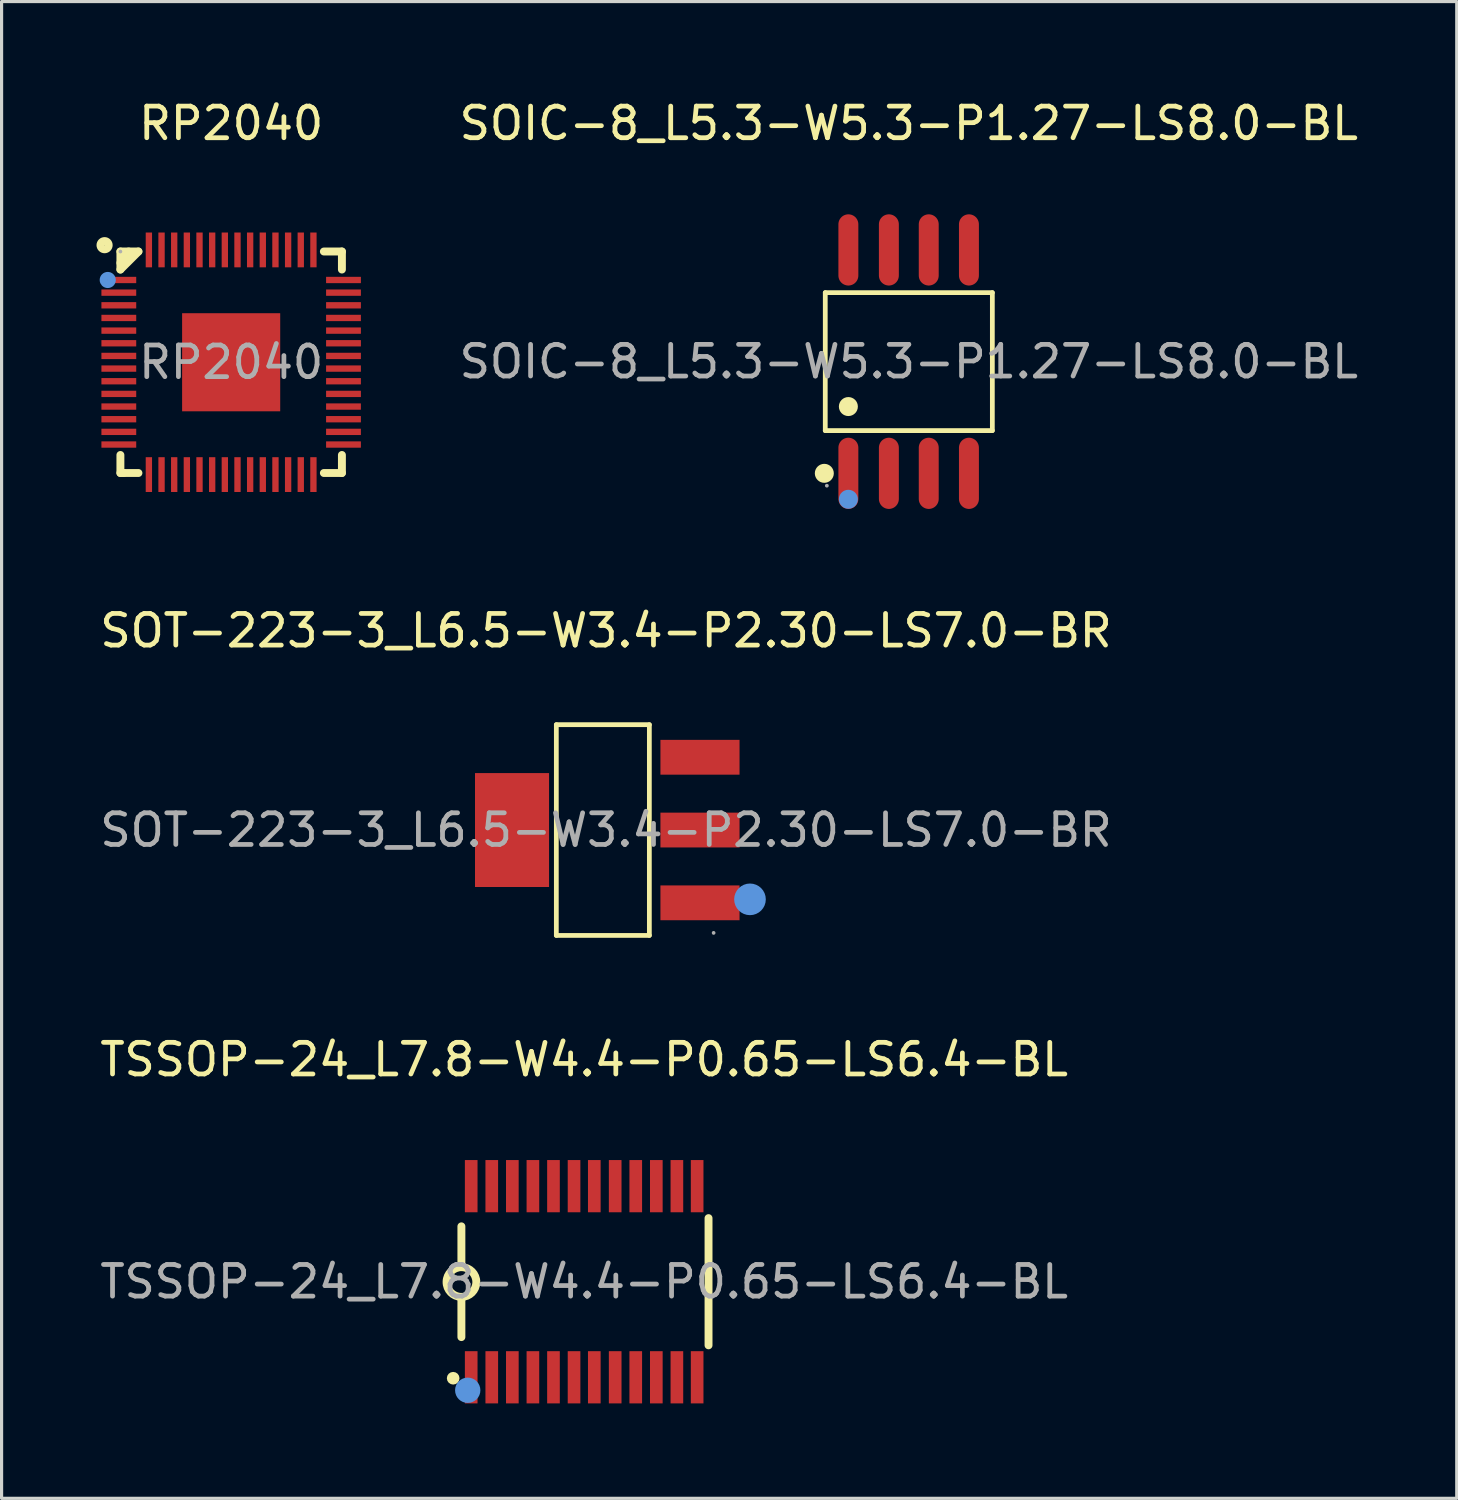
<source format=kicad_pcb>
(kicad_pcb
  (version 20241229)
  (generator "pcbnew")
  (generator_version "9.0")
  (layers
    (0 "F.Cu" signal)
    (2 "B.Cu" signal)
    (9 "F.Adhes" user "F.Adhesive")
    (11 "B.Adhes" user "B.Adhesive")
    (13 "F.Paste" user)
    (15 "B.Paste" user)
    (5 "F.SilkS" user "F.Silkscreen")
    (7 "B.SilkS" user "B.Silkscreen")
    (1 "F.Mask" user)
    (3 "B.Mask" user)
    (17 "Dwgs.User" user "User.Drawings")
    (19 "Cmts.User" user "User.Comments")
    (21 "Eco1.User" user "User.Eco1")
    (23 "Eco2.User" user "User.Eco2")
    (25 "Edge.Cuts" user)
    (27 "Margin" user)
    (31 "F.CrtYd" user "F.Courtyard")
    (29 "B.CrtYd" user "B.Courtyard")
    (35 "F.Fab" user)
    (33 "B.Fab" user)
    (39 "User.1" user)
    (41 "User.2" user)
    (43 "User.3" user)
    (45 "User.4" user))
  (footprint "TSSOP-24_L7.8-W4.4-P0.65-LS6.4-BL"
    (layer "F.Cu")
    (at 15.411 37.455)
    (property "Reference" "TSSOP-24_L7.8-W4.4-P0.65-LS6.4-BL" (at 0 -7.02 0) (layer "F.SilkS") (effects (font (size 1 1) (thickness 0.15))))
    (attr through_hole)
    (fp_line (start -3.88 -0.48) (end -3.88 -1.75) (stroke (width 0.25) (type solid)) (layer "F.SilkS"))
    (fp_line (start -3.88 1.75) (end -3.88 0.48) (stroke (width 0.25) (type solid)) (layer "F.SilkS"))
    (fp_line (start 3.93 -2.01) (end 3.93 2.01) (stroke (width 0.25) (type solid)) (layer "F.SilkS"))
    (fp_arc (start -3.888203 0.479928) (mid -3.875898 -0.459982) (end -3.88 0.48) (stroke (width 0.25) (type solid)) (layer "F.SilkS"))
    (fp_circle (center -4.14 3.05) (end -4.04 3.05) (stroke (width 0.2) (type solid)) (fill no) (layer "F.SilkS"))
    (fp_circle (center -3.68 3.43) (end -3.48 3.43) (stroke (width 0.4) (type solid)) (fill no) (layer "Cmts.User"))
    (fp_circle (center -3.9 3.19) (end -3.87 3.19) (stroke (width 0.06) (type solid)) (fill no) (layer "F.Fab"))
    (fp_text user "${REFERENCE}" (at 0 0 0) (layer "F.Fab") (effects (font (size 1 1) (thickness 0.15))))
    (pad "1" smd rect (at -3.57 3.02) (size 0.4 1.65) (layers "F.Cu" "F.Mask" "F.Paste"))
    (pad "2" smd rect (at -2.92 3.02) (size 0.4 1.65) (layers "F.Cu" "F.Mask" "F.Paste"))
    (pad "3" smd rect (at -2.27 3.02) (size 0.4 1.65) (layers "F.Cu" "F.Mask" "F.Paste"))
    (pad "4" smd rect (at -1.62 3.02) (size 0.4 1.65) (layers "F.Cu" "F.Mask" "F.Paste"))
    (pad "5" smd rect (at -0.97 3.02) (size 0.4 1.65) (layers "F.Cu" "F.Mask" "F.Paste"))
    (pad "6" smd rect (at -0.32 3.02) (size 0.4 1.65) (layers "F.Cu" "F.Mask" "F.Paste"))
    (pad "7" smd rect (at 0.32 3.02) (size 0.4 1.65) (layers "F.Cu" "F.Mask" "F.Paste"))
    (pad "8" smd rect (at 0.98 3.02) (size 0.4 1.65) (layers "F.Cu" "F.Mask" "F.Paste"))
    (pad "9" smd rect (at 1.63 3.02) (size 0.4 1.65) (layers "F.Cu" "F.Mask" "F.Paste"))
    (pad "10" smd rect (at 2.28 3.02) (size 0.4 1.65) (layers "F.Cu" "F.Mask" "F.Paste"))
    (pad "11" smd rect (at 2.93 3.02) (size 0.4 1.65) (layers "F.Cu" "F.Mask" "F.Paste"))
    (pad "12" smd rect (at 3.57 3.02) (size 0.4 1.65) (layers "F.Cu" "F.Mask" "F.Paste"))
    (pad "13" smd rect (at 3.57 -3.02) (size 0.4 1.65) (layers "F.Cu" "F.Mask" "F.Paste"))
    (pad "14" smd rect (at 2.93 -3.02) (size 0.4 1.65) (layers "F.Cu" "F.Mask" "F.Paste"))
    (pad "15" smd rect (at 2.28 -3.02) (size 0.4 1.65) (layers "F.Cu" "F.Mask" "F.Paste"))
    (pad "16" smd rect (at 1.63 -3.02) (size 0.4 1.65) (layers "F.Cu" "F.Mask" "F.Paste"))
    (pad "17" smd rect (at 0.98 -3.02) (size 0.4 1.65) (layers "F.Cu" "F.Mask" "F.Paste"))
    (pad "18" smd rect (at 0.32 -3.02) (size 0.4 1.65) (layers "F.Cu" "F.Mask" "F.Paste"))
    (pad "19" smd rect (at -0.32 -3.02) (size 0.4 1.65) (layers "F.Cu" "F.Mask" "F.Paste"))
    (pad "20" smd rect (at -0.97 -3.02) (size 0.4 1.65) (layers "F.Cu" "F.Mask" "F.Paste"))
    (pad "21" smd rect (at -1.62 -3.02) (size 0.4 1.65) (layers "F.Cu" "F.Mask" "F.Paste"))
    (pad "22" smd rect (at -2.27 -3.02) (size 0.4 1.65) (layers "F.Cu" "F.Mask" "F.Paste"))
    (pad "23" smd rect (at -2.92 -3.02) (size 0.4 1.65) (layers "F.Cu" "F.Mask" "F.Paste"))
    (pad "24" smd rect (at -3.57 -3.02) (size 0.4 1.65) (layers "F.Cu" "F.Mask" "F.Paste")))
  (footprint "SOT-223-3_L6.5-W3.4-P2.30-LS7.0-BR"
    (layer "F.Cu")
    (at 16.101 23.181)
    (property "Reference" "SOT-223-3_L6.5-W3.4-P2.30-LS7.0-BR" (at 0 -6.3 0) (layer "F.SilkS") (effects (font (size 1 1) (thickness 0.15))))
    (attr through_hole)
    (fp_line (start -1.57 -3.33) (end 1.37 -3.33) (stroke (width 0.15) (type solid)) (layer "F.SilkS"))
    (fp_line (start -1.57 3.33) (end -1.57 -3.33) (stroke (width 0.15) (type solid)) (layer "F.SilkS"))
    (fp_line (start 1.37 -3.33) (end 1.37 3.33) (stroke (width 0.15) (type solid)) (layer "F.SilkS"))
    (fp_line (start 1.37 3.33) (end -1.57 3.33) (stroke (width 0.15) (type solid)) (layer "F.SilkS"))
    (fp_circle (center 4.55 2.19) (end 4.8 2.19) (stroke (width 0.5) (type solid)) (fill no) (layer "Cmts.User"))
    (fp_circle (center 3.4 3.25) (end 3.43 3.25) (stroke (width 0.06) (type solid)) (fill no) (layer "F.Fab"))
    (fp_text user "${REFERENCE}" (at 0 0 0) (layer "F.Fab") (effects (font (size 1 1) (thickness 0.15))))
    (pad "1" smd rect (at 2.97 2.3) (size 2.5 1.1) (layers "F.Cu" "F.Mask" "F.Paste"))
    (pad "2" smd rect (at -2.97 0) (size 2.34 3.6) (layers "F.Cu" "F.Mask" "F.Paste"))
    (pad "2" smd rect (at 2.97 0) (size 2.5 1.1) (layers "F.Cu" "F.Mask" "F.Paste"))
    (pad "3" smd rect (at 2.97 -2.3) (size 2.5 1.1) (layers "F.Cu" "F.Mask" "F.Paste")))
  (footprint "RP2040"
    (layer "F.Cu")
    (at 4.255 8.398)
    (property "Reference" "RP2040" (at 0 -7.55 0) (layer "F.SilkS") (effects (font (size 1 1) (thickness 0.15))))
    (attr through_hole)
    (fp_line (start -3.5 -3.5) (end -2.93 -3.5) (stroke (width 0.25) (type solid)) (layer "F.SilkS"))
    (fp_line (start -3.5 -2.93) (end -3.5 -3.5) (stroke (width 0.25) (type solid)) (layer "F.SilkS"))
    (fp_line (start -3.5 -2.93) (end -2.93 -3.5) (stroke (width 0.25) (type solid)) (layer "F.SilkS"))
    (fp_line (start -3.5 3.5) (end -3.5 2.93) (stroke (width 0.25) (type solid)) (layer "F.SilkS"))
    (fp_line (start -3.4 3.5) (end -3.5 3.5) (stroke (width 0.25) (type solid)) (layer "F.SilkS"))
    (fp_line (start -3.24 -3.5) (end -3.24 -3.4) (stroke (width 0.25) (type solid)) (layer "F.SilkS"))
    (fp_line (start -3.24 -3.4) (end -3.5 -3.14) (stroke (width 0.25) (type solid)) (layer "F.SilkS"))
    (fp_line (start -2.93 3.5) (end -3.4 3.5) (stroke (width 0.25) (type solid)) (layer "F.SilkS"))
    (fp_line (start 2.93 -3.5) (end 3.5 -3.5) (stroke (width 0.25) (type solid)) (layer "F.SilkS"))
    (fp_line (start 3.5 -3.5) (end 3.5 -2.93) (stroke (width 0.25) (type solid)) (layer "F.SilkS"))
    (fp_line (start 3.5 2.93) (end 3.5 3.5) (stroke (width 0.25) (type solid)) (layer "F.SilkS"))
    (fp_line (start 3.5 3.5) (end 2.93 3.5) (stroke (width 0.25) (type solid)) (layer "F.SilkS"))
    (fp_circle (center -4 -3.7) (end -3.87 -3.7) (stroke (width 0.25) (type solid)) (fill no) (layer "F.SilkS"))
    (fp_circle (center -3.9 -2.6) (end -3.77 -2.6) (stroke (width 0.25) (type solid)) (fill no) (layer "Cmts.User"))
    (fp_circle (center -3.5 -3.5) (end -3.47 -3.5) (stroke (width 0.06) (type solid)) (fill no) (layer "F.Fab"))
    (fp_text user "${REFERENCE}" (at 0 0 0) (layer "F.Fab") (effects (font (size 1 1) (thickness 0.15))))
    (pad "1" smd rect (at -3.55 -2.6) (size 1.1 0.2) (layers "F.Cu" "F.Mask" "F.Paste"))
    (pad "2" smd rect (at -3.55 -2.2) (size 1.1 0.2) (layers "F.Cu" "F.Mask" "F.Paste"))
    (pad "3" smd rect (at -3.55 -1.8) (size 1.1 0.2) (layers "F.Cu" "F.Mask" "F.Paste"))
    (pad "4" smd rect (at -3.55 -1.4) (size 1.1 0.2) (layers "F.Cu" "F.Mask" "F.Paste"))
    (pad "5" smd rect (at -3.55 -1) (size 1.1 0.2) (layers "F.Cu" "F.Mask" "F.Paste"))
    (pad "6" smd rect (at -3.55 -0.6) (size 1.1 0.2) (layers "F.Cu" "F.Mask" "F.Paste"))
    (pad "7" smd rect (at -3.55 -0.2) (size 1.1 0.2) (layers "F.Cu" "F.Mask" "F.Paste"))
    (pad "8" smd rect (at -3.55 0.2) (size 1.1 0.2) (layers "F.Cu" "F.Mask" "F.Paste"))
    (pad "9" smd rect (at -3.55 0.6) (size 1.1 0.2) (layers "F.Cu" "F.Mask" "F.Paste"))
    (pad "10" smd rect (at -3.55 1) (size 1.1 0.2) (layers "F.Cu" "F.Mask" "F.Paste"))
    (pad "11" smd rect (at -3.55 1.4) (size 1.1 0.2) (layers "F.Cu" "F.Mask" "F.Paste"))
    (pad "12" smd rect (at -3.55 1.8) (size 1.1 0.2) (layers "F.Cu" "F.Mask" "F.Paste"))
    (pad "13" smd rect (at -3.55 2.2) (size 1.1 0.2) (layers "F.Cu" "F.Mask" "F.Paste"))
    (pad "14" smd rect (at -3.55 2.6) (size 1.1 0.2) (layers "F.Cu" "F.Mask" "F.Paste"))
    (pad "15" smd rect (at -2.6 3.55 90) (size 1.1 0.2) (layers "F.Cu" "F.Mask" "F.Paste"))
    (pad "16" smd rect (at -2.2 3.55 90) (size 1.1 0.2) (layers "F.Cu" "F.Mask" "F.Paste"))
    (pad "17" smd rect (at -1.8 3.55 90) (size 1.1 0.2) (layers "F.Cu" "F.Mask" "F.Paste"))
    (pad "18" smd rect (at -1.4 3.55 90) (size 1.1 0.2) (layers "F.Cu" "F.Mask" "F.Paste"))
    (pad "19" smd rect (at -1 3.55 90) (size 1.1 0.2) (layers "F.Cu" "F.Mask" "F.Paste"))
    (pad "20" smd rect (at -0.6 3.55 90) (size 1.1 0.2) (layers "F.Cu" "F.Mask" "F.Paste"))
    (pad "21" smd rect (at -0.2 3.55 90) (size 1.1 0.2) (layers "F.Cu" "F.Mask" "F.Paste"))
    (pad "22" smd rect (at 0.2 3.55 90) (size 1.1 0.2) (layers "F.Cu" "F.Mask" "F.Paste"))
    (pad "23" smd rect (at 0.6 3.55 90) (size 1.1 0.2) (layers "F.Cu" "F.Mask" "F.Paste"))
    (pad "24" smd rect (at 1 3.55 90) (size 1.1 0.2) (layers "F.Cu" "F.Mask" "F.Paste"))
    (pad "25" smd rect (at 1.4 3.55 90) (size 1.1 0.2) (layers "F.Cu" "F.Mask" "F.Paste"))
    (pad "26" smd rect (at 1.8 3.55 90) (size 1.1 0.2) (layers "F.Cu" "F.Mask" "F.Paste"))
    (pad "27" smd rect (at 2.2 3.55 90) (size 1.1 0.2) (layers "F.Cu" "F.Mask" "F.Paste"))
    (pad "28" smd rect (at 2.6 3.55 90) (size 1.1 0.2) (layers "F.Cu" "F.Mask" "F.Paste"))
    (pad "29" smd rect (at 3.55 2.6 180) (size 1.1 0.2) (layers "F.Cu" "F.Mask" "F.Paste"))
    (pad "30" smd rect (at 3.55 2.2 180) (size 1.1 0.2) (layers "F.Cu" "F.Mask" "F.Paste"))
    (pad "31" smd rect (at 3.55 1.8 180) (size 1.1 0.2) (layers "F.Cu" "F.Mask" "F.Paste"))
    (pad "32" smd rect (at 3.55 1.4 180) (size 1.1 0.2) (layers "F.Cu" "F.Mask" "F.Paste"))
    (pad "33" smd rect (at 3.55 1 180) (size 1.1 0.2) (layers "F.Cu" "F.Mask" "F.Paste"))
    (pad "34" smd rect (at 3.55 0.6 180) (size 1.1 0.2) (layers "F.Cu" "F.Mask" "F.Paste"))
    (pad "35" smd rect (at 3.55 0.2 180) (size 1.1 0.2) (layers "F.Cu" "F.Mask" "F.Paste"))
    (pad "36" smd rect (at 3.55 -0.2 180) (size 1.1 0.2) (layers "F.Cu" "F.Mask" "F.Paste"))
    (pad "37" smd rect (at 3.55 -0.6 180) (size 1.1 0.2) (layers "F.Cu" "F.Mask" "F.Paste"))
    (pad "38" smd rect (at 3.55 -1 180) (size 1.1 0.2) (layers "F.Cu" "F.Mask" "F.Paste"))
    (pad "39" smd rect (at 3.55 -1.4 180) (size 1.1 0.2) (layers "F.Cu" "F.Mask" "F.Paste"))
    (pad "40" smd rect (at 3.55 -1.8 180) (size 1.1 0.2) (layers "F.Cu" "F.Mask" "F.Paste"))
    (pad "41" smd rect (at 3.55 -2.2 180) (size 1.1 0.2) (layers "F.Cu" "F.Mask" "F.Paste"))
    (pad "42" smd rect (at 3.55 -2.6 180) (size 1.1 0.2) (layers "F.Cu" "F.Mask" "F.Paste"))
    (pad "43" smd rect (at 2.6 -3.55 270) (size 1.1 0.2) (layers "F.Cu" "F.Mask" "F.Paste"))
    (pad "44" smd rect (at 2.2 -3.55 270) (size 1.1 0.2) (layers "F.Cu" "F.Mask" "F.Paste"))
    (pad "45" smd rect (at 1.8 -3.55 270) (size 1.1 0.2) (layers "F.Cu" "F.Mask" "F.Paste"))
    (pad "46" smd rect (at 1.4 -3.55 270) (size 1.1 0.2) (layers "F.Cu" "F.Mask" "F.Paste"))
    (pad "47" smd rect (at 1 -3.55 270) (size 1.1 0.2) (layers "F.Cu" "F.Mask" "F.Paste"))
    (pad "48" smd rect (at 0.6 -3.55 270) (size 1.1 0.2) (layers "F.Cu" "F.Mask" "F.Paste"))
    (pad "49" smd rect (at 0.2 -3.55 270) (size 1.1 0.2) (layers "F.Cu" "F.Mask" "F.Paste"))
    (pad "50" smd rect (at -0.2 -3.55 270) (size 1.1 0.2) (layers "F.Cu" "F.Mask" "F.Paste"))
    (pad "51" smd rect (at -0.6 -3.55 270) (size 1.1 0.2) (layers "F.Cu" "F.Mask" "F.Paste"))
    (pad "52" smd rect (at -1 -3.55 270) (size 1.1 0.2) (layers "F.Cu" "F.Mask" "F.Paste"))
    (pad "53" smd rect (at -1.4 -3.55 270) (size 1.1 0.2) (layers "F.Cu" "F.Mask" "F.Paste"))
    (pad "54" smd rect (at -1.8 -3.55 270) (size 1.1 0.2) (layers "F.Cu" "F.Mask" "F.Paste"))
    (pad "55" smd rect (at -2.2 -3.55 270) (size 1.1 0.2) (layers "F.Cu" "F.Mask" "F.Paste"))
    (pad "56" smd rect (at -2.6 -3.55 270) (size 1.1 0.2) (layers "F.Cu" "F.Mask" "F.Paste"))
    (pad "57" smd rect (at 0 0) (size 3.1 3.1) (layers "F.Cu" "F.Mask" "F.Paste")))
  (footprint "SOIC-8_L5.3-W5.3-P1.27-LS8.0-BL"
    (layer "F.Cu")
    (at 25.67 8.378)
    (property "Reference" "SOIC-8_L5.3-W5.3-P1.27-LS8.0-BL" (at 0 -7.53 0) (layer "F.SilkS") (effects (font (size 1 1) (thickness 0.15))))
    (attr through_hole)
    (fp_line (start -2.64 -2.18) (end 2.64 -2.18) (stroke (width 0.15) (type solid)) (layer "F.SilkS"))
    (fp_line (start -2.64 2.18) (end -2.64 -2.18) (stroke (width 0.15) (type solid)) (layer "F.SilkS"))
    (fp_line (start 2.64 -2.18) (end 2.64 2.18) (stroke (width 0.15) (type solid)) (layer "F.SilkS"))
    (fp_line (start 2.64 2.18) (end -2.64 2.18) (stroke (width 0.15) (type solid)) (layer "F.SilkS"))
    (fp_circle (center -2.67 3.53) (end -2.52 3.53) (stroke (width 0.3) (type solid)) (fill no) (layer "F.SilkS"))
    (fp_circle (center -1.91 1.42) (end -1.76 1.42) (stroke (width 0.3) (type solid)) (fill no) (layer "F.SilkS"))
    (fp_circle (center -1.91 4.35) (end -1.76 4.35) (stroke (width 0.3) (type solid)) (fill no) (layer "Cmts.User"))
    (fp_circle (center -2.59 3.92) (end -2.56 3.92) (stroke (width 0.06) (type solid)) (fill no) (layer "F.Fab"))
    (fp_text user "${REFERENCE}" (at 0 0 0) (layer "F.Fab") (effects (font (size 1 1) (thickness 0.15))))
    (pad "1" smd oval (at -1.91 3.53) (size 0.63 2.25) (layers "F.Cu" "F.Mask" "F.Paste"))
    (pad "2" smd oval (at -0.63 3.53) (size 0.63 2.25) (layers "F.Cu" "F.Mask" "F.Paste"))
    (pad "3" smd oval (at 0.63 3.53) (size 0.63 2.25) (layers "F.Cu" "F.Mask" "F.Paste"))
    (pad "4" smd oval (at 1.9 3.53) (size 0.63 2.25) (layers "F.Cu" "F.Mask" "F.Paste"))
    (pad "5" smd oval (at 1.9 -3.53) (size 0.63 2.25) (layers "F.Cu" "F.Mask" "F.Paste"))
    (pad "6" smd oval (at 0.63 -3.53) (size 0.63 2.25) (layers "F.Cu" "F.Mask" "F.Paste"))
    (pad "7" smd oval (at -0.63 -3.53) (size 0.63 2.25) (layers "F.Cu" "F.Mask" "F.Paste"))
    (pad "8" smd oval (at -1.91 -3.53) (size 0.63 2.25) (layers "F.Cu" "F.Mask" "F.Paste")))
  (gr_rect
    (start -3 -3)
    (end 42.986 44.3)
    (stroke (width 0.1) (type default))
    (fill no)
    (layer "Edge.Cuts")))
</source>
